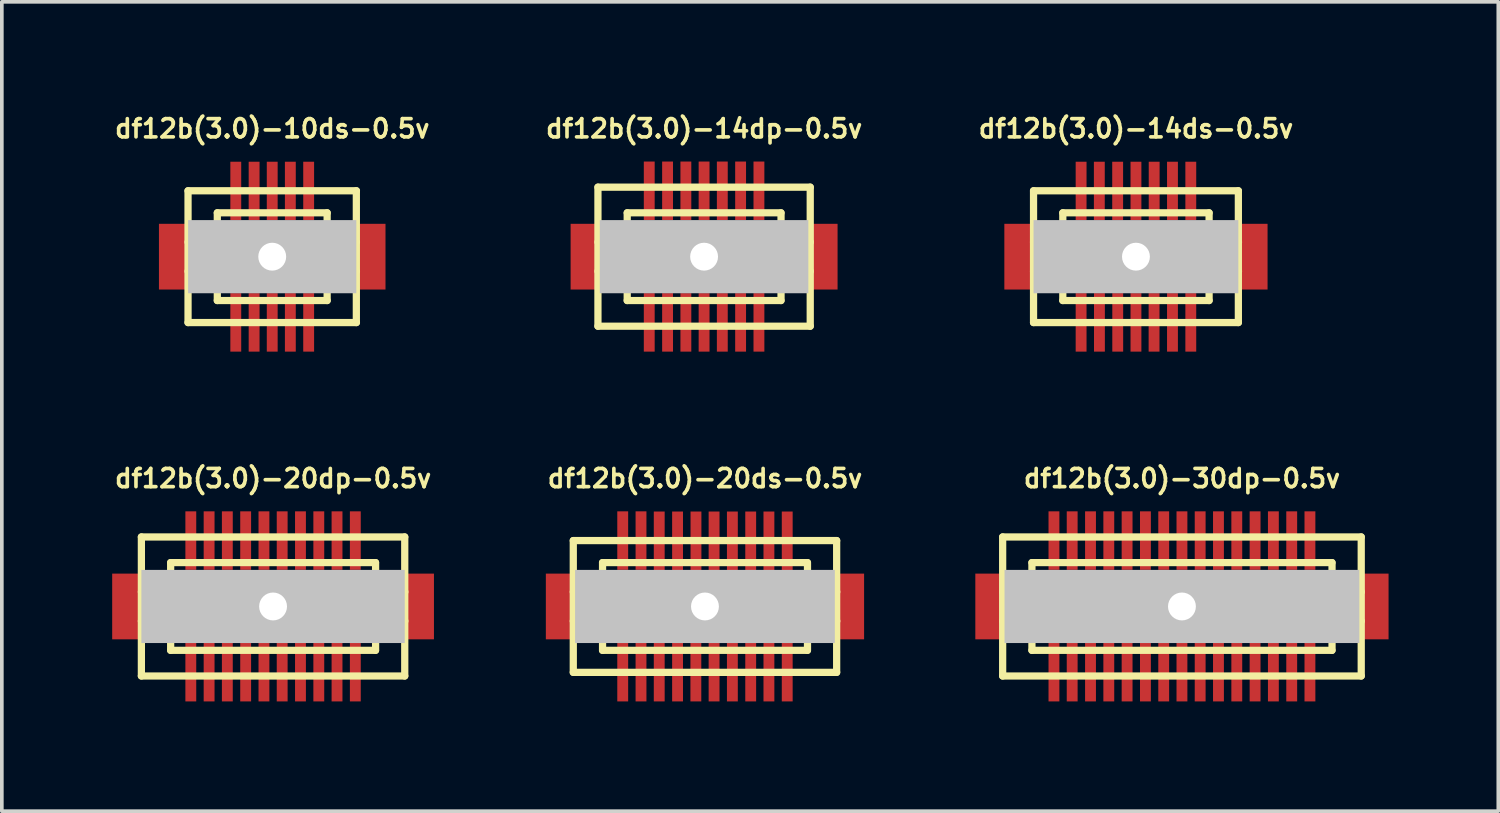
<source format=kicad_pcb>
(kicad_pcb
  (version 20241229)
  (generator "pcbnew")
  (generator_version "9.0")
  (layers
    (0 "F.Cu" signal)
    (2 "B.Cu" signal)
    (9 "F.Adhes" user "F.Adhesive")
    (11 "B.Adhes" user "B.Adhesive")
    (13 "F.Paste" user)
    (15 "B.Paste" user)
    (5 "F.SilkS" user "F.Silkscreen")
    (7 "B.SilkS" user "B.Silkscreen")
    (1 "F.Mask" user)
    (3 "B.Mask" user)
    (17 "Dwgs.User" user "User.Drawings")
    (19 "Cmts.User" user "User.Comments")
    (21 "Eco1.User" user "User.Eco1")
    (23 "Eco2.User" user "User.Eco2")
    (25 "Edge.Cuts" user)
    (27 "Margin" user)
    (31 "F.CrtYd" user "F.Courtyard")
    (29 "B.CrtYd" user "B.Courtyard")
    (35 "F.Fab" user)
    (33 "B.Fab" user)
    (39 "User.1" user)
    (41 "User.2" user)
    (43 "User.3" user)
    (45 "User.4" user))
  (footprint "df12b(3.0)-30dp-0.5v"
    (layer "F.Cu")
    (at 29.253 13.525)
    (property "Reference" "df12b(3.0)-30dp-0.5v" (at 0 -3.5 0) (layer "F.SilkS") (effects (font (size 0.498 0.498) (thickness 0.099))))
    (attr through_hole)
    (fp_line (start -4.9 -1.9) (end -4.9 1.9) (stroke (width 0.198) (type solid)) (layer "F.SilkS"))
    (fp_line (start -4.9 -1.9) (end 4.9 -1.9) (stroke (width 0.198) (type solid)) (layer "F.SilkS"))
    (fp_line (start -4.1 -0.399) (end -4.9 -0.399) (stroke (width 0.198) (type solid)) (layer "F.SilkS"))
    (fp_line (start -4.1 0.399) (end -4.9 0.399) (stroke (width 0.198) (type solid)) (layer "F.SilkS"))
    (fp_line (start -4.1 1.199) (end -4.1 -1.199) (stroke (width 0.198) (type solid)) (layer "F.SilkS"))
    (fp_line (start -4.1 1.199) (end 4.1 1.199) (stroke (width 0.198) (type solid)) (layer "F.SilkS"))
    (fp_line (start 4.1 -1.199) (end -4.1 -1.199) (stroke (width 0.198) (type solid)) (layer "F.SilkS"))
    (fp_line (start 4.102 -1.199) (end 4.102 1.199) (stroke (width 0.198) (type solid)) (layer "F.SilkS"))
    (fp_line (start 4.102 -0.399) (end 4.902 -0.399) (stroke (width 0.198) (type solid)) (layer "F.SilkS"))
    (fp_line (start 4.9 1.9) (end -4.9 1.9) (stroke (width 0.198) (type solid)) (layer "F.SilkS"))
    (fp_line (start 4.9 1.9) (end 4.9 -1.9) (stroke (width 0.198) (type solid)) (layer "F.SilkS"))
    (fp_line (start 4.902 0.399) (end 4.102 0.399) (stroke (width 0.198) (type solid)) (layer "F.SilkS"))
    (pad "" smd rect (at -5.248 0) (size 0.798 1.796) (layers "F.Cu" "F.Mask" "F.Paste"))
    (pad "" np_thru_hole rect (at 0 0) (size 9.698 1.999) (drill 0.762) (layers "Dwgs.User"))
    (pad "" smd rect (at 5.248 0) (size 0.798 1.796) (layers "F.Cu" "F.Mask" "F.Paste"))
    (pad "1" smd rect (at 3.498 1.796) (size 0.297 1.598) (layers "F.Cu" "F.Mask" "F.Paste"))
    (pad "2" smd rect (at 3 1.796) (size 0.297 1.598) (layers "F.Cu" "F.Mask" "F.Paste"))
    (pad "3" smd rect (at 2.499 1.796) (size 0.297 1.598) (layers "F.Cu" "F.Mask" "F.Paste"))
    (pad "4" smd rect (at 1.999 1.796) (size 0.297 1.598) (layers "F.Cu" "F.Mask" "F.Paste"))
    (pad "5" smd rect (at 1.499 1.796) (size 0.297 1.598) (layers "F.Cu" "F.Mask" "F.Paste"))
    (pad "6" smd rect (at 0.998 1.796) (size 0.297 1.598) (layers "F.Cu" "F.Mask" "F.Paste"))
    (pad "7" smd rect (at 0.498 1.796) (size 0.297 1.598) (layers "F.Cu" "F.Mask" "F.Paste"))
    (pad "8" smd rect (at 0 1.796) (size 0.297 1.598) (layers "F.Cu" "F.Mask" "F.Paste"))
    (pad "9" smd rect (at -0.498 1.796) (size 0.297 1.598) (layers "F.Cu" "F.Mask" "F.Paste"))
    (pad "10" smd rect (at -0.998 1.796) (size 0.297 1.598) (layers "F.Cu" "F.Mask" "F.Paste"))
    (pad "11" smd rect (at -1.499 1.796) (size 0.297 1.598) (layers "F.Cu" "F.Mask" "F.Paste"))
    (pad "12" smd rect (at -1.999 1.796) (size 0.297 1.598) (layers "F.Cu" "F.Mask" "F.Paste"))
    (pad "13" smd rect (at -2.499 1.796) (size 0.297 1.598) (layers "F.Cu" "F.Mask" "F.Paste"))
    (pad "14" smd rect (at -3 1.796) (size 0.297 1.598) (layers "F.Cu" "F.Mask" "F.Paste"))
    (pad "15" smd rect (at -3.498 1.796) (size 0.297 1.598) (layers "F.Cu" "F.Mask" "F.Paste"))
    (pad "16" smd rect (at -3.498 -1.801) (size 0.297 1.598) (layers "F.Cu" "F.Mask" "F.Paste"))
    (pad "17" smd rect (at -3 -1.801) (size 0.297 1.598) (layers "F.Cu" "F.Mask" "F.Paste"))
    (pad "18" smd rect (at -2.499 -1.801) (size 0.297 1.598) (layers "F.Cu" "F.Mask" "F.Paste"))
    (pad "19" smd rect (at -1.999 -1.801) (size 0.297 1.598) (layers "F.Cu" "F.Mask" "F.Paste"))
    (pad "20" smd rect (at -1.499 -1.801) (size 0.297 1.598) (layers "F.Cu" "F.Mask" "F.Paste"))
    (pad "21" smd rect (at -0.998 -1.801) (size 0.297 1.598) (layers "F.Cu" "F.Mask" "F.Paste"))
    (pad "22" smd rect (at -0.498 -1.801) (size 0.297 1.598) (layers "F.Cu" "F.Mask" "F.Paste"))
    (pad "23" smd rect (at 0 -1.801) (size 0.297 1.598) (layers "F.Cu" "F.Mask" "F.Paste"))
    (pad "24" smd rect (at 0.498 -1.801) (size 0.297 1.598) (layers "F.Cu" "F.Mask" "F.Paste"))
    (pad "25" smd rect (at 0.998 -1.801) (size 0.297 1.598) (layers "F.Cu" "F.Mask" "F.Paste"))
    (pad "26" smd rect (at 1.499 -1.801) (size 0.297 1.598) (layers "F.Cu" "F.Mask" "F.Paste"))
    (pad "27" smd rect (at 1.999 -1.801) (size 0.297 1.598) (layers "F.Cu" "F.Mask" "F.Paste"))
    (pad "28" smd rect (at 2.499 -1.801) (size 0.297 1.598) (layers "F.Cu" "F.Mask" "F.Paste"))
    (pad "29" smd rect (at 3 -1.801) (size 0.297 1.598) (layers "F.Cu" "F.Mask" "F.Paste"))
    (pad "30" smd rect (at 3.498 -1.801) (size 0.297 1.598) (layers "F.Cu" "F.Mask" "F.Paste")))
  (footprint "df12b(3.0)-20dp-0.5v"
    (layer "F.Cu")
    (at 4.413 13.525)
    (property "Reference" "df12b(3.0)-20dp-0.5v" (at 0 -3.5 0) (layer "F.SilkS") (effects (font (size 0.498 0.498) (thickness 0.099))))
    (attr through_hole)
    (fp_line (start -3.599 -1.9) (end -3.599 1.9) (stroke (width 0.198) (type solid)) (layer "F.SilkS"))
    (fp_line (start -3.599 -1.9) (end 3.599 -1.9) (stroke (width 0.198) (type solid)) (layer "F.SilkS"))
    (fp_line (start -2.799 -0.399) (end -3.599 -0.399) (stroke (width 0.198) (type solid)) (layer "F.SilkS"))
    (fp_line (start -2.799 0.399) (end -3.599 0.399) (stroke (width 0.198) (type solid)) (layer "F.SilkS"))
    (fp_line (start -2.799 1.199) (end -2.799 -1.199) (stroke (width 0.198) (type solid)) (layer "F.SilkS"))
    (fp_line (start -2.799 1.199) (end 2.799 1.199) (stroke (width 0.198) (type solid)) (layer "F.SilkS"))
    (fp_line (start 2.799 -1.199) (end -2.799 -1.199) (stroke (width 0.198) (type solid)) (layer "F.SilkS"))
    (fp_line (start 2.802 -1.199) (end 2.802 1.199) (stroke (width 0.198) (type solid)) (layer "F.SilkS"))
    (fp_line (start 2.802 -0.399) (end 3.602 -0.399) (stroke (width 0.198) (type solid)) (layer "F.SilkS"))
    (fp_line (start 3.599 1.9) (end -3.599 1.9) (stroke (width 0.198) (type solid)) (layer "F.SilkS"))
    (fp_line (start 3.599 1.9) (end 3.599 -1.9) (stroke (width 0.198) (type solid)) (layer "F.SilkS"))
    (fp_line (start 3.602 0.399) (end 2.802 0.399) (stroke (width 0.198) (type solid)) (layer "F.SilkS"))
    (pad "" smd rect (at -3.998 0) (size 0.798 1.796) (layers "F.Cu" "F.Mask" "F.Paste"))
    (pad "" np_thru_hole rect (at 0 0) (size 7.198 1.999) (drill 0.762) (layers "Dwgs.User"))
    (pad "" smd rect (at 3.998 0) (size 0.798 1.796) (layers "F.Cu" "F.Mask" "F.Paste"))
    (pad "1" smd rect (at 2.248 1.796) (size 0.297 1.598) (layers "F.Cu" "F.Mask" "F.Paste"))
    (pad "2" smd rect (at 1.748 1.796) (size 0.297 1.598) (layers "F.Cu" "F.Mask" "F.Paste"))
    (pad "3" smd rect (at 1.25 1.796) (size 0.297 1.598) (layers "F.Cu" "F.Mask" "F.Paste"))
    (pad "4" smd rect (at 0.749 1.796) (size 0.297 1.598) (layers "F.Cu" "F.Mask" "F.Paste"))
    (pad "5" smd rect (at 0.249 1.796) (size 0.297 1.598) (layers "F.Cu" "F.Mask" "F.Paste"))
    (pad "6" smd rect (at -0.249 1.796) (size 0.297 1.598) (layers "F.Cu" "F.Mask" "F.Paste"))
    (pad "7" smd rect (at -0.749 1.796) (size 0.297 1.598) (layers "F.Cu" "F.Mask" "F.Paste"))
    (pad "8" smd rect (at -1.25 1.796) (size 0.297 1.598) (layers "F.Cu" "F.Mask" "F.Paste"))
    (pad "9" smd rect (at -1.748 1.796) (size 0.297 1.598) (layers "F.Cu" "F.Mask" "F.Paste"))
    (pad "10" smd rect (at -2.248 1.796) (size 0.297 1.598) (layers "F.Cu" "F.Mask" "F.Paste"))
    (pad "11" smd rect (at -2.248 -1.801) (size 0.297 1.598) (layers "F.Cu" "F.Mask" "F.Paste"))
    (pad "12" smd rect (at -1.748 -1.801) (size 0.297 1.598) (layers "F.Cu" "F.Mask" "F.Paste"))
    (pad "13" smd rect (at -1.25 -1.801) (size 0.297 1.598) (layers "F.Cu" "F.Mask" "F.Paste"))
    (pad "14" smd rect (at -0.749 -1.801) (size 0.297 1.598) (layers "F.Cu" "F.Mask" "F.Paste"))
    (pad "15" smd rect (at -0.249 -1.801) (size 0.297 1.598) (layers "F.Cu" "F.Mask" "F.Paste"))
    (pad "16" smd rect (at 0.249 -1.801) (size 0.297 1.598) (layers "F.Cu" "F.Mask" "F.Paste"))
    (pad "17" smd rect (at 0.749 -1.801) (size 0.297 1.598) (layers "F.Cu" "F.Mask" "F.Paste"))
    (pad "18" smd rect (at 1.25 -1.801) (size 0.297 1.598) (layers "F.Cu" "F.Mask" "F.Paste"))
    (pad "19" smd rect (at 1.748 -1.801) (size 0.297 1.598) (layers "F.Cu" "F.Mask" "F.Paste"))
    (pad "20" smd rect (at 2.248 -1.801) (size 0.297 1.598) (layers "F.Cu" "F.Mask" "F.Paste")))
  (footprint "df12b(3.0)-14dp-0.5v"
    (layer "F.Cu")
    (at 16.193 3.965)
    (property "Reference" "df12b(3.0)-14dp-0.5v" (at 0 -3.5 0) (layer "F.SilkS") (effects (font (size 0.498 0.498) (thickness 0.099))))
    (attr through_hole)
    (fp_line (start -2.901 -1.9) (end -2.901 1.9) (stroke (width 0.198) (type solid)) (layer "F.SilkS"))
    (fp_line (start -2.901 -1.9) (end 2.901 -1.9) (stroke (width 0.198) (type solid)) (layer "F.SilkS"))
    (fp_line (start -2.101 -0.399) (end -2.901 -0.399) (stroke (width 0.198) (type solid)) (layer "F.SilkS"))
    (fp_line (start -2.101 0.399) (end -2.901 0.399) (stroke (width 0.198) (type solid)) (layer "F.SilkS"))
    (fp_line (start -2.101 1.199) (end -2.101 -1.199) (stroke (width 0.198) (type solid)) (layer "F.SilkS"))
    (fp_line (start -2.101 1.199) (end 2.101 1.199) (stroke (width 0.198) (type solid)) (layer "F.SilkS"))
    (fp_line (start 2.101 -1.199) (end -2.101 -1.199) (stroke (width 0.198) (type solid)) (layer "F.SilkS"))
    (fp_line (start 2.103 -1.199) (end 2.103 1.199) (stroke (width 0.198) (type solid)) (layer "F.SilkS"))
    (fp_line (start 2.103 -0.399) (end 2.903 -0.399) (stroke (width 0.198) (type solid)) (layer "F.SilkS"))
    (fp_line (start 2.901 1.9) (end -2.901 1.9) (stroke (width 0.198) (type solid)) (layer "F.SilkS"))
    (fp_line (start 2.901 1.9) (end 2.901 -1.9) (stroke (width 0.198) (type solid)) (layer "F.SilkS"))
    (fp_line (start 2.903 0.399) (end 2.103 0.399) (stroke (width 0.198) (type solid)) (layer "F.SilkS"))
    (pad "" smd rect (at -3.249 0) (size 0.798 1.796) (layers "F.Cu" "F.Mask" "F.Paste"))
    (pad "" np_thru_hole rect (at 0 0) (size 5.7 1.999) (drill 0.762) (layers "Dwgs.User"))
    (pad "" smd rect (at 3.249 0) (size 0.798 1.796) (layers "F.Cu" "F.Mask" "F.Paste"))
    (pad "1" smd rect (at 1.499 1.796) (size 0.297 1.598) (layers "F.Cu" "F.Mask" "F.Paste"))
    (pad "2" smd rect (at 0.998 1.796) (size 0.297 1.598) (layers "F.Cu" "F.Mask" "F.Paste"))
    (pad "3" smd rect (at 0.498 1.796) (size 0.297 1.598) (layers "F.Cu" "F.Mask" "F.Paste"))
    (pad "4" smd rect (at 0 1.796) (size 0.297 1.598) (layers "F.Cu" "F.Mask" "F.Paste"))
    (pad "5" smd rect (at -0.498 1.796) (size 0.297 1.598) (layers "F.Cu" "F.Mask" "F.Paste"))
    (pad "6" smd rect (at -0.998 1.796) (size 0.297 1.598) (layers "F.Cu" "F.Mask" "F.Paste"))
    (pad "7" smd rect (at -1.499 1.796) (size 0.297 1.598) (layers "F.Cu" "F.Mask" "F.Paste"))
    (pad "8" smd rect (at -1.499 -1.801) (size 0.297 1.598) (layers "F.Cu" "F.Mask" "F.Paste"))
    (pad "9" smd rect (at -0.998 -1.801) (size 0.297 1.598) (layers "F.Cu" "F.Mask" "F.Paste"))
    (pad "10" smd rect (at -0.498 -1.801) (size 0.297 1.598) (layers "F.Cu" "F.Mask" "F.Paste"))
    (pad "11" smd rect (at 0 -1.801) (size 0.297 1.598) (layers "F.Cu" "F.Mask" "F.Paste"))
    (pad "12" smd rect (at 0.498 -1.801) (size 0.297 1.598) (layers "F.Cu" "F.Mask" "F.Paste"))
    (pad "13" smd rect (at 0.998 -1.801) (size 0.297 1.598) (layers "F.Cu" "F.Mask" "F.Paste"))
    (pad "14" smd rect (at 1.499 -1.801) (size 0.297 1.598) (layers "F.Cu" "F.Mask" "F.Paste")))
  (footprint "df12b(3.0)-14ds-0.5v"
    (layer "F.Cu")
    (at 27.996 3.965)
    (property "Reference" "df12b(3.0)-14ds-0.5v" (at 0 -3.5 0) (layer "F.SilkS") (effects (font (size 0.498 0.498) (thickness 0.099))))
    (attr through_hole)
    (fp_line (start -2.799 -1.801) (end 2.799 -1.801) (stroke (width 0.198) (type solid)) (layer "F.SilkS"))
    (fp_line (start -2.799 1.801) (end -2.799 -1.801) (stroke (width 0.198) (type solid)) (layer "F.SilkS"))
    (fp_line (start -1.999 -0.701) (end 1.999 -0.701) (stroke (width 0.198) (type solid)) (layer "F.SilkS"))
    (fp_line (start -1.999 -0.399) (end -2.799 -0.399) (stroke (width 0.198) (type solid)) (layer "F.SilkS"))
    (fp_line (start -1.999 0.399) (end -2.799 0.399) (stroke (width 0.198) (type solid)) (layer "F.SilkS"))
    (fp_line (start -1.999 1.199) (end -1.999 -1.199) (stroke (width 0.198) (type solid)) (layer "F.SilkS"))
    (fp_line (start -1.999 1.199) (end 1.999 1.199) (stroke (width 0.198) (type solid)) (layer "F.SilkS"))
    (fp_line (start 1.999 -1.199) (end -1.999 -1.199) (stroke (width 0.198) (type solid)) (layer "F.SilkS"))
    (fp_line (start 1.999 -1.199) (end 1.999 1.199) (stroke (width 0.198) (type solid)) (layer "F.SilkS"))
    (fp_line (start 1.999 0.701) (end -1.999 0.701) (stroke (width 0.198) (type solid)) (layer "F.SilkS"))
    (fp_line (start 2.002 -0.399) (end 2.802 -0.399) (stroke (width 0.198) (type solid)) (layer "F.SilkS"))
    (fp_line (start 2.799 -1.801) (end 2.799 1.801) (stroke (width 0.198) (type solid)) (layer "F.SilkS"))
    (fp_line (start 2.799 1.801) (end -2.799 1.801) (stroke (width 0.198) (type solid)) (layer "F.SilkS"))
    (fp_line (start 2.802 0.399) (end 2.002 0.399) (stroke (width 0.198) (type solid)) (layer "F.SilkS"))
    (pad "" smd rect (at -3.198 0) (size 0.798 1.796) (layers "F.Cu" "F.Mask" "F.Paste"))
    (pad "" np_thru_hole rect (at 0 0) (size 5.598 1.999) (drill 0.762) (layers "Dwgs.User"))
    (pad "" smd rect (at 3.198 0) (size 0.798 1.796) (layers "F.Cu" "F.Mask" "F.Paste"))
    (pad "1" smd rect (at -1.499 1.796) (size 0.297 1.598) (layers "F.Cu" "F.Mask" "F.Paste"))
    (pad "2" smd rect (at -0.998 1.796) (size 0.297 1.598) (layers "F.Cu" "F.Mask" "F.Paste"))
    (pad "3" smd rect (at -0.498 1.796) (size 0.297 1.598) (layers "F.Cu" "F.Mask" "F.Paste"))
    (pad "4" smd rect (at 0 1.796) (size 0.297 1.598) (layers "F.Cu" "F.Mask" "F.Paste"))
    (pad "5" smd rect (at 0.495 1.796) (size 0.297 1.598) (layers "F.Cu" "F.Mask" "F.Paste"))
    (pad "6" smd rect (at 0.998 1.796) (size 0.297 1.598) (layers "F.Cu" "F.Mask" "F.Paste"))
    (pad "7" smd rect (at 1.499 1.796) (size 0.297 1.598) (layers "F.Cu" "F.Mask" "F.Paste"))
    (pad "8" smd rect (at 1.499 -1.796) (size 0.297 1.598) (layers "F.Cu" "F.Mask" "F.Paste"))
    (pad "9" smd rect (at 0.998 -1.796) (size 0.297 1.598) (layers "F.Cu" "F.Mask" "F.Paste"))
    (pad "10" smd rect (at 0.498 -1.796) (size 0.297 1.598) (layers "F.Cu" "F.Mask" "F.Paste"))
    (pad "11" smd rect (at 0 -1.796) (size 0.297 1.598) (layers "F.Cu" "F.Mask" "F.Paste"))
    (pad "12" smd rect (at -0.5 -1.796) (size 0.297 1.598) (layers "F.Cu" "F.Mask" "F.Paste"))
    (pad "13" smd rect (at -1.001 -1.796) (size 0.297 1.598) (layers "F.Cu" "F.Mask" "F.Paste"))
    (pad "14" smd rect (at -1.499 -1.796) (size 0.297 1.598) (layers "F.Cu" "F.Mask" "F.Paste")))
  (footprint "df12b(3.0)-10ds-0.5v"
    (layer "F.Cu")
    (at 4.39 3.965)
    (property "Reference" "df12b(3.0)-10ds-0.5v" (at 0 -3.5 0) (layer "F.SilkS") (effects (font (size 0.498 0.498) (thickness 0.099))))
    (attr through_hole)
    (fp_line (start -2.301 -1.801) (end 2.301 -1.801) (stroke (width 0.198) (type solid)) (layer "F.SilkS"))
    (fp_line (start -2.301 1.801) (end -2.301 -1.801) (stroke (width 0.198) (type solid)) (layer "F.SilkS"))
    (fp_line (start -1.501 -1.199) (end 1.501 -1.199) (stroke (width 0.198) (type solid)) (layer "F.SilkS"))
    (fp_line (start -1.501 -0.701) (end 1.501 -0.701) (stroke (width 0.198) (type solid)) (layer "F.SilkS"))
    (fp_line (start -1.501 -0.399) (end -2.301 -0.399) (stroke (width 0.198) (type solid)) (layer "F.SilkS"))
    (fp_line (start -1.501 0.399) (end -2.301 0.399) (stroke (width 0.198) (type solid)) (layer "F.SilkS"))
    (fp_line (start -1.501 1.199) (end -1.501 -1.199) (stroke (width 0.198) (type solid)) (layer "F.SilkS"))
    (fp_line (start 1.501 -1.199) (end 1.501 1.199) (stroke (width 0.198) (type solid)) (layer "F.SilkS"))
    (fp_line (start 1.501 -0.399) (end 2.301 -0.399) (stroke (width 0.198) (type solid)) (layer "F.SilkS"))
    (fp_line (start 1.501 0.701) (end -1.501 0.701) (stroke (width 0.198) (type solid)) (layer "F.SilkS"))
    (fp_line (start 1.501 1.199) (end -1.501 1.199) (stroke (width 0.198) (type solid)) (layer "F.SilkS"))
    (fp_line (start 2.299 -1.801) (end 2.299 1.801) (stroke (width 0.198) (type solid)) (layer "F.SilkS"))
    (fp_line (start 2.301 0.399) (end 1.501 0.399) (stroke (width 0.198) (type solid)) (layer "F.SilkS"))
    (fp_line (start 2.301 1.801) (end -2.301 1.801) (stroke (width 0.198) (type solid)) (layer "F.SilkS"))
    (pad "" smd rect (at -2.697 0) (size 0.798 1.796) (layers "F.Cu" "F.Mask" "F.Paste"))
    (pad "" np_thru_hole rect (at 0 0) (size 4.597 1.999) (drill 0.762) (layers "Dwgs.User"))
    (pad "" smd rect (at 2.697 0) (size 0.798 1.796) (layers "F.Cu" "F.Mask" "F.Paste"))
    (pad "1" smd rect (at -0.996 1.796) (size 0.297 1.598) (layers "F.Cu" "F.Mask" "F.Paste"))
    (pad "2" smd rect (at -0.495 1.796) (size 0.297 1.598) (layers "F.Cu" "F.Mask" "F.Paste"))
    (pad "3" smd rect (at 0 1.796) (size 0.297 1.598) (layers "F.Cu" "F.Mask" "F.Paste"))
    (pad "4" smd rect (at 0.495 1.796) (size 0.297 1.598) (layers "F.Cu" "F.Mask" "F.Paste"))
    (pad "5" smd rect (at 0.996 1.796) (size 0.297 1.598) (layers "F.Cu" "F.Mask" "F.Paste"))
    (pad "6" smd rect (at 0.996 -1.796) (size 0.297 1.598) (layers "F.Cu" "F.Mask" "F.Paste"))
    (pad "7" smd rect (at 0.495 -1.796) (size 0.297 1.598) (layers "F.Cu" "F.Mask" "F.Paste"))
    (pad "8" smd rect (at 0 -1.796) (size 0.297 1.598) (layers "F.Cu" "F.Mask" "F.Paste"))
    (pad "9" smd rect (at -0.495 -1.796) (size 0.297 1.598) (layers "F.Cu" "F.Mask" "F.Paste"))
    (pad "10" smd rect (at -0.996 -1.796) (size 0.297 1.598) (layers "F.Cu" "F.Mask" "F.Paste")))
  (footprint "df12b(3.0)-20ds-0.5v"
    (layer "F.Cu")
    (at 16.217 13.525)
    (property "Reference" "df12b(3.0)-20ds-0.5v" (at 0 -3.5 0) (layer "F.SilkS") (effects (font (size 0.498 0.498) (thickness 0.099))))
    (attr through_hole)
    (fp_line (start -3.599 1.801) (end -3.599 -1.801) (stroke (width 0.198) (type solid)) (layer "F.SilkS"))
    (fp_line (start -3.599 1.801) (end 3.599 1.801) (stroke (width 0.198) (type solid)) (layer "F.SilkS"))
    (fp_line (start -2.799 -1.199) (end 2.799 -1.199) (stroke (width 0.198) (type solid)) (layer "F.SilkS"))
    (fp_line (start -2.799 -0.399) (end -3.599 -0.399) (stroke (width 0.198) (type solid)) (layer "F.SilkS"))
    (fp_line (start -2.799 0.399) (end -3.599 0.399) (stroke (width 0.198) (type solid)) (layer "F.SilkS"))
    (fp_line (start -2.799 0.701) (end 2.799 0.701) (stroke (width 0.198) (type solid)) (layer "F.SilkS"))
    (fp_line (start -2.799 1.199) (end -2.799 -1.199) (stroke (width 0.198) (type solid)) (layer "F.SilkS"))
    (fp_line (start 2.799 -0.701) (end -2.799 -0.701) (stroke (width 0.198) (type solid)) (layer "F.SilkS"))
    (fp_line (start 2.799 1.199) (end -2.799 1.199) (stroke (width 0.198) (type solid)) (layer "F.SilkS"))
    (fp_line (start 2.802 -1.199) (end 2.802 1.199) (stroke (width 0.198) (type solid)) (layer "F.SilkS"))
    (fp_line (start 2.802 -0.399) (end 3.602 -0.399) (stroke (width 0.198) (type solid)) (layer "F.SilkS"))
    (fp_line (start 3.599 -1.801) (end -3.599 -1.801) (stroke (width 0.198) (type solid)) (layer "F.SilkS"))
    (fp_line (start 3.599 -1.801) (end 3.599 1.801) (stroke (width 0.198) (type solid)) (layer "F.SilkS"))
    (fp_line (start 3.602 0.399) (end 2.802 0.399) (stroke (width 0.198) (type solid)) (layer "F.SilkS"))
    (pad "" smd rect (at -3.95 0) (size 0.798 1.796) (layers "F.Cu" "F.Mask" "F.Paste"))
    (pad "" np_thru_hole rect (at 0 0) (size 7.099 1.999) (drill 0.762) (layers "Dwgs.User"))
    (pad "" smd rect (at 3.95 0) (size 0.798 1.796) (layers "F.Cu" "F.Mask" "F.Paste"))
    (pad "1" smd rect (at -2.248 1.796) (size 0.297 1.598) (layers "F.Cu" "F.Mask" "F.Paste"))
    (pad "2" smd rect (at -1.748 1.796) (size 0.297 1.598) (layers "F.Cu" "F.Mask" "F.Paste"))
    (pad "3" smd rect (at -1.25 1.796) (size 0.297 1.598) (layers "F.Cu" "F.Mask" "F.Paste"))
    (pad "4" smd rect (at -0.749 1.796) (size 0.297 1.598) (layers "F.Cu" "F.Mask" "F.Paste"))
    (pad "5" smd rect (at -0.249 1.796) (size 0.297 1.598) (layers "F.Cu" "F.Mask" "F.Paste"))
    (pad "6" smd rect (at 0.249 1.796) (size 0.297 1.598) (layers "F.Cu" "F.Mask" "F.Paste"))
    (pad "7" smd rect (at 0.749 1.796) (size 0.297 1.598) (layers "F.Cu" "F.Mask" "F.Paste"))
    (pad "8" smd rect (at 1.25 1.796) (size 0.297 1.598) (layers "F.Cu" "F.Mask" "F.Paste"))
    (pad "9" smd rect (at 1.748 1.796) (size 0.297 1.598) (layers "F.Cu" "F.Mask" "F.Paste"))
    (pad "10" smd rect (at 2.248 1.796) (size 0.297 1.598) (layers "F.Cu" "F.Mask" "F.Paste"))
    (pad "11" smd rect (at 2.248 -1.796) (size 0.297 1.598) (layers "F.Cu" "F.Mask" "F.Paste"))
    (pad "12" smd rect (at 1.748 -1.796) (size 0.297 1.598) (layers "F.Cu" "F.Mask" "F.Paste"))
    (pad "13" smd rect (at 1.25 -1.796) (size 0.297 1.598) (layers "F.Cu" "F.Mask" "F.Paste"))
    (pad "14" smd rect (at 0.749 -1.796) (size 0.297 1.598) (layers "F.Cu" "F.Mask" "F.Paste"))
    (pad "15" smd rect (at 0.249 -1.796) (size 0.297 1.598) (layers "F.Cu" "F.Mask" "F.Paste"))
    (pad "16" smd rect (at -0.246 -1.796) (size 0.297 1.598) (layers "F.Cu" "F.Mask" "F.Paste"))
    (pad "17" smd rect (at -0.749 -1.796) (size 0.297 1.598) (layers "F.Cu" "F.Mask" "F.Paste"))
    (pad "18" smd rect (at -1.25 -1.796) (size 0.297 1.598) (layers "F.Cu" "F.Mask" "F.Paste"))
    (pad "19" smd rect (at -1.748 -1.801) (size 0.297 1.598) (layers "F.Cu" "F.Mask" "F.Paste"))
    (pad "20" smd rect (at -2.248 -1.801) (size 0.297 1.598) (layers "F.Cu" "F.Mask" "F.Paste")))
  (gr_rect
    (start -3 -3)
    (end 37.899 19.12)
    (stroke (width 0.1) (type default))
    (fill no)
    (layer "Edge.Cuts")))
</source>
